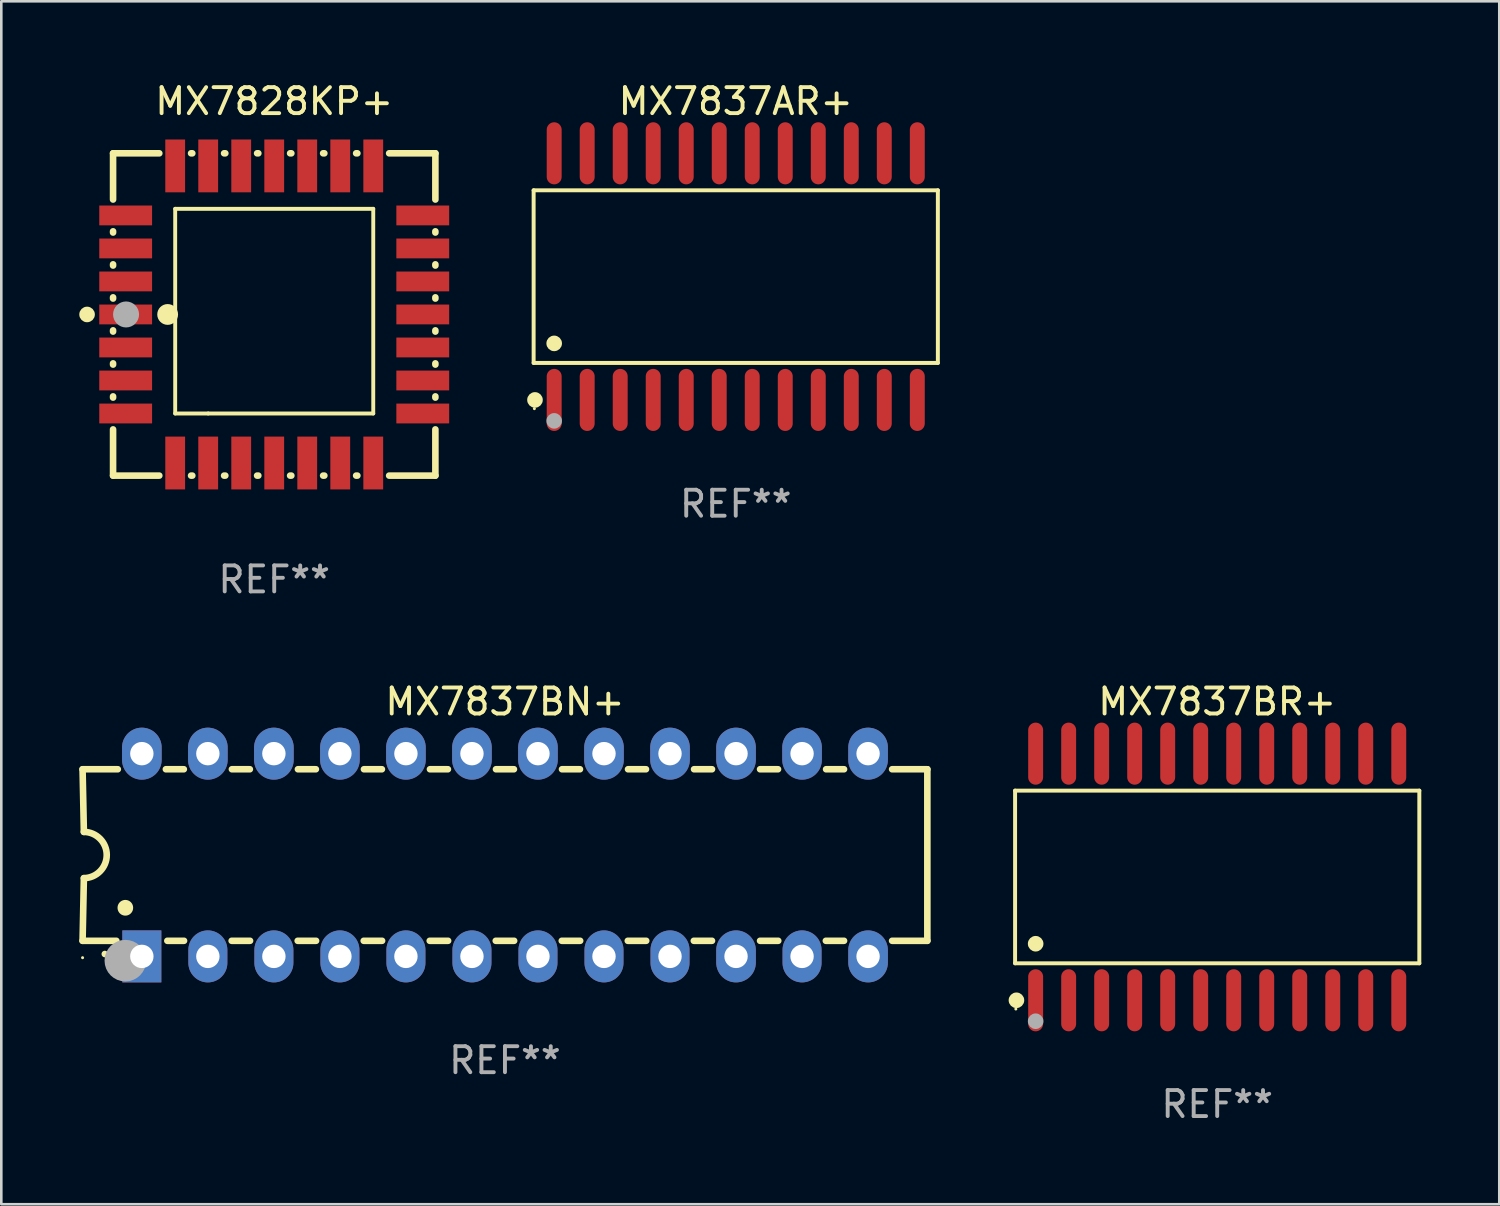
<source format=kicad_pcb>
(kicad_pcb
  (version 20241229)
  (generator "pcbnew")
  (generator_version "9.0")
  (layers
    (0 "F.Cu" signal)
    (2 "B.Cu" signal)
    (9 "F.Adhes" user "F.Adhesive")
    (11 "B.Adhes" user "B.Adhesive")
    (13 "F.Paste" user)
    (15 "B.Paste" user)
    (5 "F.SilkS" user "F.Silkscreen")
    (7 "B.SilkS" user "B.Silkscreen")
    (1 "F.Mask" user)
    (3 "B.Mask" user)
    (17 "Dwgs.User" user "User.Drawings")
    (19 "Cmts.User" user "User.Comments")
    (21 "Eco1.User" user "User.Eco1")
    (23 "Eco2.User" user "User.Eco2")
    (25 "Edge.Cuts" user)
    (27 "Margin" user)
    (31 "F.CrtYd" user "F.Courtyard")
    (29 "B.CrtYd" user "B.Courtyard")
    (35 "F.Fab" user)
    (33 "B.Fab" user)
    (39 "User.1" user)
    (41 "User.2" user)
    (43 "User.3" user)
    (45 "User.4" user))
  (footprint "MX7837BR+"
    (layer "F.Cu")
    (at 43.779 30.689)
    (property "Reference" "MX7837BR+" (at 0 -6.744 0) (layer "F.SilkS") (effects (font (size 1 1) (thickness 0.15))))
    (attr through_hole)
    (fp_line (start -7.776 -3.321) (end 7.776 -3.321) (stroke (width 0.152) (type solid)) (layer "F.SilkS"))
    (fp_line (start -7.776 3.321) (end -7.776 -3.321) (stroke (width 0.152) (type solid)) (layer "F.SilkS"))
    (fp_line (start 7.776 -3.321) (end 7.776 3.321) (stroke (width 0.152) (type solid)) (layer "F.SilkS"))
    (fp_line (start 7.776 3.321) (end -7.776 3.321) (stroke (width 0.152) (type solid)) (layer "F.SilkS"))
    (fp_circle (center -7.747 5.08) (end -7.717 5.08) (stroke (width 0.06) (type solid)) (fill no) (layer "F.SilkS"))
    (fp_circle (center -7.724 4.744) (end -7.574 4.744) (stroke (width 0.3) (type solid)) (fill no) (layer "F.SilkS"))
    (fp_circle (center -6.985 2.569) (end -6.835 2.569) (stroke (width 0.3) (type solid)) (fill no) (layer "F.SilkS"))
    (fp_circle (center -6.985 5.55) (end -6.835 5.55) (stroke (width 0.3) (type solid)) (fill no) (layer "F.Fab"))
    (fp_text user "REF**" (at 0 8.744 0) (layer "F.Fab") (effects (font (size 1 1) (thickness 0.15))))
    (pad "1" smd oval (at -6.985 4.744) (size 0.574 2.388) (layers "F.Cu" "F.Mask" "F.Paste"))
    (pad "2" smd oval (at -5.715 4.744) (size 0.574 2.388) (layers "F.Cu" "F.Mask" "F.Paste"))
    (pad "3" smd oval (at -4.445 4.744) (size 0.574 2.388) (layers "F.Cu" "F.Mask" "F.Paste"))
    (pad "4" smd oval (at -3.175 4.744) (size 0.574 2.388) (layers "F.Cu" "F.Mask" "F.Paste"))
    (pad "5" smd oval (at -1.905 4.744) (size 0.574 2.388) (layers "F.Cu" "F.Mask" "F.Paste"))
    (pad "6" smd oval (at -0.635 4.744) (size 0.574 2.388) (layers "F.Cu" "F.Mask" "F.Paste"))
    (pad "7" smd oval (at 0.635 4.744) (size 0.574 2.388) (layers "F.Cu" "F.Mask" "F.Paste"))
    (pad "8" smd oval (at 1.905 4.744) (size 0.574 2.388) (layers "F.Cu" "F.Mask" "F.Paste"))
    (pad "9" smd oval (at 3.175 4.744) (size 0.574 2.388) (layers "F.Cu" "F.Mask" "F.Paste"))
    (pad "10" smd oval (at 4.445 4.744) (size 0.574 2.388) (layers "F.Cu" "F.Mask" "F.Paste"))
    (pad "11" smd oval (at 5.715 4.744) (size 0.574 2.388) (layers "F.Cu" "F.Mask" "F.Paste"))
    (pad "12" smd oval (at 6.985 4.744) (size 0.574 2.388) (layers "F.Cu" "F.Mask" "F.Paste"))
    (pad "13" smd oval (at 6.985 -4.744) (size 0.574 2.388) (layers "F.Cu" "F.Mask" "F.Paste"))
    (pad "14" smd oval (at 5.715 -4.744) (size 0.574 2.388) (layers "F.Cu" "F.Mask" "F.Paste"))
    (pad "15" smd oval (at 4.445 -4.744) (size 0.574 2.388) (layers "F.Cu" "F.Mask" "F.Paste"))
    (pad "16" smd oval (at 3.175 -4.744) (size 0.574 2.388) (layers "F.Cu" "F.Mask" "F.Paste"))
    (pad "17" smd oval (at 1.905 -4.744) (size 0.574 2.388) (layers "F.Cu" "F.Mask" "F.Paste"))
    (pad "18" smd oval (at 0.635 -4.744) (size 0.574 2.388) (layers "F.Cu" "F.Mask" "F.Paste"))
    (pad "19" smd oval (at -0.635 -4.744) (size 0.574 2.388) (layers "F.Cu" "F.Mask" "F.Paste"))
    (pad "20" smd oval (at -1.905 -4.744) (size 0.574 2.388) (layers "F.Cu" "F.Mask" "F.Paste"))
    (pad "21" smd oval (at -3.175 -4.744) (size 0.574 2.388) (layers "F.Cu" "F.Mask" "F.Paste"))
    (pad "22" smd oval (at -4.445 -4.744) (size 0.574 2.388) (layers "F.Cu" "F.Mask" "F.Paste"))
    (pad "23" smd oval (at -5.715 -4.744) (size 0.574 2.388) (layers "F.Cu" "F.Mask" "F.Paste"))
    (pad "24" smd oval (at -6.985 -4.744) (size 0.574 2.388) (layers "F.Cu" "F.Mask" "F.Paste")))
  (footprint "MX7828KP+"
    (layer "F.Cu")
    (at 7.5 9.048)
    (property "Reference" "MX7828KP+" (at 0 -8.2 0) (layer "F.SilkS") (effects (font (size 1 1) (thickness 0.15))))
    (attr through_hole)
    (fp_line (start -6.2 -6.2) (end -4.422 -6.2) (stroke (width 0.254) (type solid)) (layer "F.SilkS"))
    (fp_line (start -6.2 -4.422) (end -6.2 -6.2) (stroke (width 0.254) (type solid)) (layer "F.SilkS"))
    (fp_line (start -6.2 -3.152) (end -6.2 -3.198) (stroke (width 0.254) (type solid)) (layer "F.SilkS"))
    (fp_line (start -6.2 -1.882) (end -6.2 -1.928) (stroke (width 0.254) (type solid)) (layer "F.SilkS"))
    (fp_line (start -6.2 -0.612) (end -6.2 -0.658) (stroke (width 0.254) (type solid)) (layer "F.SilkS"))
    (fp_line (start -6.2 0.658) (end -6.2 0.612) (stroke (width 0.254) (type solid)) (layer "F.SilkS"))
    (fp_line (start -6.2 1.928) (end -6.2 1.882) (stroke (width 0.254) (type solid)) (layer "F.SilkS"))
    (fp_line (start -6.2 3.198) (end -6.2 3.152) (stroke (width 0.254) (type solid)) (layer "F.SilkS"))
    (fp_line (start -6.2 6.2) (end -6.2 4.422) (stroke (width 0.254) (type solid)) (layer "F.SilkS"))
    (fp_line (start -4.422 6.2) (end -6.2 6.2) (stroke (width 0.254) (type solid)) (layer "F.SilkS"))
    (fp_line (start -3.81 -4.064) (end 3.81 -4.064) (stroke (width 0.15) (type solid)) (layer "F.SilkS"))
    (fp_line (start -3.81 3.81) (end -3.81 -4.064) (stroke (width 0.15) (type solid)) (layer "F.SilkS"))
    (fp_line (start -3.198 -6.2) (end -3.152 -6.2) (stroke (width 0.254) (type solid)) (layer "F.SilkS"))
    (fp_line (start -3.152 6.2) (end -3.198 6.2) (stroke (width 0.254) (type solid)) (layer "F.SilkS"))
    (fp_line (start -2.54 3.81) (end -3.81 3.81) (stroke (width 0.15) (type solid)) (layer "F.SilkS"))
    (fp_line (start -1.928 -6.2) (end -1.882 -6.2) (stroke (width 0.254) (type solid)) (layer "F.SilkS"))
    (fp_line (start -1.882 6.2) (end -1.928 6.2) (stroke (width 0.254) (type solid)) (layer "F.SilkS"))
    (fp_line (start -0.658 -6.2) (end -0.612 -6.2) (stroke (width 0.254) (type solid)) (layer "F.SilkS"))
    (fp_line (start -0.612 6.2) (end -0.658 6.2) (stroke (width 0.254) (type solid)) (layer "F.SilkS"))
    (fp_line (start 0.612 -6.2) (end 0.658 -6.2) (stroke (width 0.254) (type solid)) (layer "F.SilkS"))
    (fp_line (start 0.658 6.2) (end 0.612 6.2) (stroke (width 0.254) (type solid)) (layer "F.SilkS"))
    (fp_line (start 1.882 -6.2) (end 1.928 -6.2) (stroke (width 0.254) (type solid)) (layer "F.SilkS"))
    (fp_line (start 1.928 6.2) (end 1.882 6.2) (stroke (width 0.254) (type solid)) (layer "F.SilkS"))
    (fp_line (start 3.152 -6.2) (end 3.198 -6.2) (stroke (width 0.254) (type solid)) (layer "F.SilkS"))
    (fp_line (start 3.198 6.2) (end 3.152 6.2) (stroke (width 0.254) (type solid)) (layer "F.SilkS"))
    (fp_line (start 3.81 -4.064) (end 3.81 3.81) (stroke (width 0.15) (type solid)) (layer "F.SilkS"))
    (fp_line (start 3.81 3.81) (end -2.54 3.81) (stroke (width 0.15) (type solid)) (layer "F.SilkS"))
    (fp_line (start 4.422 -6.2) (end 6.2 -6.2) (stroke (width 0.254) (type solid)) (layer "F.SilkS"))
    (fp_line (start 6.2 -6.2) (end 6.2 -4.422) (stroke (width 0.254) (type solid)) (layer "F.SilkS"))
    (fp_line (start 6.2 -3.198) (end 6.2 -3.152) (stroke (width 0.254) (type solid)) (layer "F.SilkS"))
    (fp_line (start 6.2 -1.928) (end 6.2 -1.882) (stroke (width 0.254) (type solid)) (layer "F.SilkS"))
    (fp_line (start 6.2 -0.658) (end 6.2 -0.612) (stroke (width 0.254) (type solid)) (layer "F.SilkS"))
    (fp_line (start 6.2 0.612) (end 6.2 0.658) (stroke (width 0.254) (type solid)) (layer "F.SilkS"))
    (fp_line (start 6.2 1.882) (end 6.2 1.928) (stroke (width 0.254) (type solid)) (layer "F.SilkS"))
    (fp_line (start 6.2 3.152) (end 6.2 3.198) (stroke (width 0.254) (type solid)) (layer "F.SilkS"))
    (fp_line (start 6.2 4.422) (end 6.2 6.2) (stroke (width 0.254) (type solid)) (layer "F.SilkS"))
    (fp_line (start 6.2 6.2) (end 4.422 6.2) (stroke (width 0.254) (type solid)) (layer "F.SilkS"))
    (fp_circle (center -7.2 0) (end -7.05 0) (stroke (width 0.3) (type solid)) (fill no) (layer "F.SilkS"))
    (fp_circle (center -6.223 6.223) (end -6.193 6.223) (stroke (width 0.06) (type solid)) (fill no) (layer "F.SilkS"))
    (fp_circle (center -4.1 0) (end -3.9 0) (stroke (width 0.4) (type solid)) (fill no) (layer "F.SilkS"))
    (fp_circle (center -5.7 0) (end -5.45 0) (stroke (width 0.5) (type solid)) (fill no) (layer "F.Fab"))
    (fp_text user "REF**" (at 0 10.2 0) (layer "F.Fab") (effects (font (size 1 1) (thickness 0.15))))
    (pad "1" smd rect (at -5.715 0) (size 2.032 0.762) (layers "F.Cu" "F.Mask" "F.Paste"))
    (pad "2" smd rect (at -5.715 1.27) (size 2.032 0.762) (layers "F.Cu" "F.Mask" "F.Paste"))
    (pad "3" smd rect (at -5.715 2.54) (size 2.032 0.762) (layers "F.Cu" "F.Mask" "F.Paste"))
    (pad "4" smd rect (at -5.715 3.81) (size 2.032 0.762) (layers "F.Cu" "F.Mask" "F.Paste"))
    (pad "5" smd rect (at -3.81 5.715) (size 0.762 2.032) (layers "F.Cu" "F.Mask" "F.Paste"))
    (pad "6" smd rect (at -2.54 5.715) (size 0.762 2.032) (layers "F.Cu" "F.Mask" "F.Paste"))
    (pad "7" smd rect (at -1.27 5.715) (size 0.762 2.032) (layers "F.Cu" "F.Mask" "F.Paste"))
    (pad "8" smd rect (at 0 5.715) (size 0.762 2.032) (layers "F.Cu" "F.Mask" "F.Paste"))
    (pad "9" smd rect (at 1.27 5.715) (size 0.762 2.032) (layers "F.Cu" "F.Mask" "F.Paste"))
    (pad "10" smd rect (at 2.54 5.715) (size 0.762 2.032) (layers "F.Cu" "F.Mask" "F.Paste"))
    (pad "11" smd rect (at 3.81 5.715) (size 0.762 2.032) (layers "F.Cu" "F.Mask" "F.Paste"))
    (pad "12" smd rect (at 5.715 3.81) (size 2.032 0.762) (layers "F.Cu" "F.Mask" "F.Paste"))
    (pad "13" smd rect (at 5.715 2.54) (size 2.032 0.762) (layers "F.Cu" "F.Mask" "F.Paste"))
    (pad "14" smd rect (at 5.715 1.27) (size 2.032 0.762) (layers "F.Cu" "F.Mask" "F.Paste"))
    (pad "15" smd rect (at 5.715 0) (size 2.032 0.762) (layers "F.Cu" "F.Mask" "F.Paste"))
    (pad "16" smd rect (at 5.715 -1.27) (size 2.032 0.762) (layers "F.Cu" "F.Mask" "F.Paste"))
    (pad "17" smd rect (at 5.715 -2.54) (size 2.032 0.762) (layers "F.Cu" "F.Mask" "F.Paste"))
    (pad "18" smd rect (at 5.715 -3.81) (size 2.032 0.762) (layers "F.Cu" "F.Mask" "F.Paste"))
    (pad "19" smd rect (at 3.81 -5.715) (size 0.762 2.032) (layers "F.Cu" "F.Mask" "F.Paste"))
    (pad "20" smd rect (at 2.54 -5.715) (size 0.762 2.032) (layers "F.Cu" "F.Mask" "F.Paste"))
    (pad "21" smd rect (at 1.27 -5.715) (size 0.762 2.032) (layers "F.Cu" "F.Mask" "F.Paste"))
    (pad "22" smd rect (at 0 -5.715) (size 0.762 2.032) (layers "F.Cu" "F.Mask" "F.Paste"))
    (pad "23" smd rect (at -1.27 -5.715) (size 0.762 2.032) (layers "F.Cu" "F.Mask" "F.Paste"))
    (pad "24" smd rect (at -2.54 -5.715) (size 0.762 2.032) (layers "F.Cu" "F.Mask" "F.Paste"))
    (pad "25" smd rect (at -3.81 -5.715) (size 0.762 2.032) (layers "F.Cu" "F.Mask" "F.Paste"))
    (pad "26" smd rect (at -5.715 -3.81) (size 2.032 0.762) (layers "F.Cu" "F.Mask" "F.Paste"))
    (pad "27" smd rect (at -5.715 -2.54) (size 2.032 0.762) (layers "F.Cu" "F.Mask" "F.Paste"))
    (pad "28" smd rect (at -5.715 -1.27) (size 2.032 0.762) (layers "F.Cu" "F.Mask" "F.Paste")))
  (footprint "MX7837BN+"
    (layer "F.Cu")
    (at 16.377 29.845)
    (property "Reference" "MX7837BN+" (at 0 -5.9 0) (layer "F.SilkS") (effects (font (size 1 1) (thickness 0.15))))
    (attr through_hole)
    (fp_line (start -16.25 -3.3) (end -16.2 -0.889) (stroke (width 0.254) (type solid)) (layer "F.SilkS"))
    (fp_line (start -16.25 -3.3) (end -14.895 -3.3) (stroke (width 0.254) (type solid)) (layer "F.SilkS"))
    (fp_line (start -16.25 3.3) (end -16.2 0.889) (stroke (width 0.254) (type solid)) (layer "F.SilkS"))
    (fp_line (start -16.25 3.3) (end -14.951 3.3) (stroke (width 0.254) (type solid)) (layer "F.SilkS"))
    (fp_line (start -13.045 -3.3) (end -12.355 -3.3) (stroke (width 0.254) (type solid)) (layer "F.SilkS"))
    (fp_line (start -12.989 3.3) (end -12.347 3.3) (stroke (width 0.254) (type solid)) (layer "F.SilkS"))
    (fp_line (start -10.514 3.3) (end -9.807 3.3) (stroke (width 0.254) (type solid)) (layer "F.SilkS"))
    (fp_line (start -10.505 -3.3) (end -9.815 -3.3) (stroke (width 0.254) (type solid)) (layer "F.SilkS"))
    (fp_line (start -7.974 3.3) (end -7.267 3.3) (stroke (width 0.254) (type solid)) (layer "F.SilkS"))
    (fp_line (start -7.965 -3.3) (end -7.275 -3.3) (stroke (width 0.254) (type solid)) (layer "F.SilkS"))
    (fp_line (start -5.434 3.3) (end -4.727 3.3) (stroke (width 0.254) (type solid)) (layer "F.SilkS"))
    (fp_line (start -5.425 -3.3) (end -4.735 -3.3) (stroke (width 0.254) (type solid)) (layer "F.SilkS"))
    (fp_line (start -2.894 3.3) (end -2.187 3.3) (stroke (width 0.254) (type solid)) (layer "F.SilkS"))
    (fp_line (start -2.885 -3.3) (end -2.195 -3.3) (stroke (width 0.254) (type solid)) (layer "F.SilkS"))
    (fp_line (start -0.354 3.3) (end 0.353 3.3) (stroke (width 0.254) (type solid)) (layer "F.SilkS"))
    (fp_line (start -0.345 -3.3) (end 0.345 -3.3) (stroke (width 0.254) (type solid)) (layer "F.SilkS"))
    (fp_line (start 2.186 3.3) (end 2.893 3.3) (stroke (width 0.254) (type solid)) (layer "F.SilkS"))
    (fp_line (start 2.195 -3.3) (end 2.885 -3.3) (stroke (width 0.254) (type solid)) (layer "F.SilkS"))
    (fp_line (start 4.726 3.3) (end 5.434 3.3) (stroke (width 0.254) (type solid)) (layer "F.SilkS"))
    (fp_line (start 4.735 -3.3) (end 5.425 -3.3) (stroke (width 0.254) (type solid)) (layer "F.SilkS"))
    (fp_line (start 7.266 3.3) (end 7.965 3.3) (stroke (width 0.254) (type solid)) (layer "F.SilkS"))
    (fp_line (start 7.275 -3.3) (end 7.965 -3.3) (stroke (width 0.254) (type solid)) (layer "F.SilkS"))
    (fp_line (start 9.815 -3.3) (end 10.505 -3.3) (stroke (width 0.254) (type solid)) (layer "F.SilkS"))
    (fp_line (start 9.815 3.3) (end 10.514 3.3) (stroke (width 0.254) (type solid)) (layer "F.SilkS"))
    (fp_line (start 12.346 3.3) (end 13.045 3.3) (stroke (width 0.254) (type solid)) (layer "F.SilkS"))
    (fp_line (start 12.355 -3.3) (end 13.045 -3.3) (stroke (width 0.254) (type solid)) (layer "F.SilkS"))
    (fp_line (start 16.25 -3.3) (end 14.895 -3.3) (stroke (width 0.254) (type solid)) (layer "F.SilkS"))
    (fp_line (start 16.25 -3.3) (end 16.25 3.3) (stroke (width 0.254) (type solid)) (layer "F.SilkS"))
    (fp_line (start 16.25 3.3) (end 14.895 3.3) (stroke (width 0.254) (type solid)) (layer "F.SilkS"))
    (fp_arc (start -16.201016 -0.890146) (mid -15.311429 -0.001055) (end -16.200025 0.889027) (stroke (width 0.254001) (type solid)) (layer "F.SilkS"))
    (fp_arc (start -15.394971 3.810033) (mid -15.394978 3.808763) (end -15.394971 3.807493) (stroke (width 0.25) (type solid)) (layer "F.SilkS"))
    (fp_arc (start -14.605029 2.032029) (mid -14.60504 2.029489) (end -14.605029 2.026949) (stroke (width 0.6) (type solid)) (layer "F.SilkS"))
    (fp_circle (center -16.25 3.95) (end -16.22 3.95) (stroke (width 0.06) (type solid)) (fill no) (layer "F.SilkS"))
    (fp_circle (center -14.605 4.064) (end -14.205 4.064) (stroke (width 0.8) (type solid)) (fill no) (layer "F.Fab"))
    (fp_text user "REF**" (at 0 7.9 0) (layer "F.Fab") (effects (font (size 1 1) (thickness 0.15))))
    (pad "1" thru_hole rect (at -13.97 3.9 90) (size 2 1.5) (drill 0.9) (layers "*.Cu" "*.Mask"))
    (pad "2" thru_hole oval (at -11.43 3.9 90) (size 2 1.5) (drill 0.9) (layers "*.Cu" "*.Mask"))
    (pad "3" thru_hole oval (at -8.89 3.9 90) (size 2 1.5) (drill 0.9) (layers "*.Cu" "*.Mask"))
    (pad "4" thru_hole oval (at -6.35 3.9 90) (size 2 1.5) (drill 0.9) (layers "*.Cu" "*.Mask"))
    (pad "5" thru_hole oval (at -3.81 3.9 90) (size 2 1.5) (drill 0.9) (layers "*.Cu" "*.Mask"))
    (pad "6" thru_hole oval (at -1.27 3.9 90) (size 2 1.5) (drill 0.9) (layers "*.Cu" "*.Mask"))
    (pad "7" thru_hole oval (at 1.27 3.9 90) (size 2 1.5) (drill 0.9) (layers "*.Cu" "*.Mask"))
    (pad "8" thru_hole oval (at 3.81 3.9 90) (size 2 1.5) (drill 0.9) (layers "*.Cu" "*.Mask"))
    (pad "9" thru_hole oval (at 6.35 3.9 90) (size 2 1.5) (drill 0.9) (layers "*.Cu" "*.Mask"))
    (pad "10" thru_hole oval (at 8.89 3.9 90) (size 2 1.524) (drill 0.9) (layers "*.Cu" "*.Mask"))
    (pad "11" thru_hole oval (at 11.43 3.9 90) (size 2 1.5) (drill 0.9) (layers "*.Cu" "*.Mask"))
    (pad "12" thru_hole oval (at 13.97 3.9 90) (size 2 1.524) (drill 0.9) (layers "*.Cu" "*.Mask"))
    (pad "13" thru_hole oval (at 13.97 -3.9 90) (size 2 1.524) (drill 0.9) (layers "*.Cu" "*.Mask"))
    (pad "14" thru_hole oval (at 11.43 -3.9 90) (size 2 1.524) (drill 0.9) (layers "*.Cu" "*.Mask"))
    (pad "15" thru_hole oval (at 8.89 -3.9 90) (size 2 1.524) (drill 0.9) (layers "*.Cu" "*.Mask"))
    (pad "16" thru_hole oval (at 6.35 -3.9 90) (size 2 1.524) (drill 0.9) (layers "*.Cu" "*.Mask"))
    (pad "17" thru_hole oval (at 3.81 -3.9 90) (size 2 1.524) (drill 0.9) (layers "*.Cu" "*.Mask"))
    (pad "18" thru_hole oval (at 1.27 -3.9 90) (size 2 1.524) (drill 0.9) (layers "*.Cu" "*.Mask"))
    (pad "19" thru_hole oval (at -1.27 -3.9 90) (size 2 1.524) (drill 0.9) (layers "*.Cu" "*.Mask"))
    (pad "20" thru_hole oval (at -3.81 -3.9 90) (size 2 1.524) (drill 0.9) (layers "*.Cu" "*.Mask"))
    (pad "21" thru_hole oval (at -6.35 -3.9 90) (size 2 1.524) (drill 0.9) (layers "*.Cu" "*.Mask"))
    (pad "22" thru_hole oval (at -8.89 -3.9 90) (size 2 1.524) (drill 0.9) (layers "*.Cu" "*.Mask"))
    (pad "23" thru_hole oval (at -11.43 -3.9 90) (size 2 1.524) (drill 0.9) (layers "*.Cu" "*.Mask"))
    (pad "24" thru_hole oval (at -13.97 -3.9 90) (size 2 1.524) (drill 0.9) (layers "*.Cu" "*.Mask")))
  (footprint "MX7837AR+"
    (layer "F.Cu")
    (at 25.256 7.592)
    (property "Reference" "MX7837AR+" (at 0 -6.744 0) (layer "F.SilkS") (effects (font (size 1 1) (thickness 0.15))))
    (attr through_hole)
    (fp_line (start -7.776 -3.321) (end 7.776 -3.321) (stroke (width 0.152) (type solid)) (layer "F.SilkS"))
    (fp_line (start -7.776 3.321) (end -7.776 -3.321) (stroke (width 0.152) (type solid)) (layer "F.SilkS"))
    (fp_line (start 7.776 -3.321) (end 7.776 3.321) (stroke (width 0.152) (type solid)) (layer "F.SilkS"))
    (fp_line (start 7.776 3.321) (end -7.776 3.321) (stroke (width 0.152) (type solid)) (layer "F.SilkS"))
    (fp_circle (center -7.747 5.08) (end -7.717 5.08) (stroke (width 0.06) (type solid)) (fill no) (layer "F.SilkS"))
    (fp_circle (center -7.724 4.744) (end -7.574 4.744) (stroke (width 0.3) (type solid)) (fill no) (layer "F.SilkS"))
    (fp_circle (center -6.985 2.569) (end -6.835 2.569) (stroke (width 0.3) (type solid)) (fill no) (layer "F.SilkS"))
    (fp_circle (center -6.985 5.55) (end -6.835 5.55) (stroke (width 0.3) (type solid)) (fill no) (layer "F.Fab"))
    (fp_text user "REF**" (at 0 8.744 0) (layer "F.Fab") (effects (font (size 1 1) (thickness 0.15))))
    (pad "1" smd oval (at -6.985 4.744) (size 0.574 2.388) (layers "F.Cu" "F.Mask" "F.Paste"))
    (pad "2" smd oval (at -5.715 4.744) (size 0.574 2.388) (layers "F.Cu" "F.Mask" "F.Paste"))
    (pad "3" smd oval (at -4.445 4.744) (size 0.574 2.388) (layers "F.Cu" "F.Mask" "F.Paste"))
    (pad "4" smd oval (at -3.175 4.744) (size 0.574 2.388) (layers "F.Cu" "F.Mask" "F.Paste"))
    (pad "5" smd oval (at -1.905 4.744) (size 0.574 2.388) (layers "F.Cu" "F.Mask" "F.Paste"))
    (pad "6" smd oval (at -0.635 4.744) (size 0.574 2.388) (layers "F.Cu" "F.Mask" "F.Paste"))
    (pad "7" smd oval (at 0.635 4.744) (size 0.574 2.388) (layers "F.Cu" "F.Mask" "F.Paste"))
    (pad "8" smd oval (at 1.905 4.744) (size 0.574 2.388) (layers "F.Cu" "F.Mask" "F.Paste"))
    (pad "9" smd oval (at 3.175 4.744) (size 0.574 2.388) (layers "F.Cu" "F.Mask" "F.Paste"))
    (pad "10" smd oval (at 4.445 4.744) (size 0.574 2.388) (layers "F.Cu" "F.Mask" "F.Paste"))
    (pad "11" smd oval (at 5.715 4.744) (size 0.574 2.388) (layers "F.Cu" "F.Mask" "F.Paste"))
    (pad "12" smd oval (at 6.985 4.744) (size 0.574 2.388) (layers "F.Cu" "F.Mask" "F.Paste"))
    (pad "13" smd oval (at 6.985 -4.744) (size 0.574 2.388) (layers "F.Cu" "F.Mask" "F.Paste"))
    (pad "14" smd oval (at 5.715 -4.744) (size 0.574 2.388) (layers "F.Cu" "F.Mask" "F.Paste"))
    (pad "15" smd oval (at 4.445 -4.744) (size 0.574 2.388) (layers "F.Cu" "F.Mask" "F.Paste"))
    (pad "16" smd oval (at 3.175 -4.744) (size 0.574 2.388) (layers "F.Cu" "F.Mask" "F.Paste"))
    (pad "17" smd oval (at 1.905 -4.744) (size 0.574 2.388) (layers "F.Cu" "F.Mask" "F.Paste"))
    (pad "18" smd oval (at 0.635 -4.744) (size 0.574 2.388) (layers "F.Cu" "F.Mask" "F.Paste"))
    (pad "19" smd oval (at -0.635 -4.744) (size 0.574 2.388) (layers "F.Cu" "F.Mask" "F.Paste"))
    (pad "20" smd oval (at -1.905 -4.744) (size 0.574 2.388) (layers "F.Cu" "F.Mask" "F.Paste"))
    (pad "21" smd oval (at -3.175 -4.744) (size 0.574 2.388) (layers "F.Cu" "F.Mask" "F.Paste"))
    (pad "22" smd oval (at -4.445 -4.744) (size 0.574 2.388) (layers "F.Cu" "F.Mask" "F.Paste"))
    (pad "23" smd oval (at -5.715 -4.744) (size 0.574 2.388) (layers "F.Cu" "F.Mask" "F.Paste"))
    (pad "24" smd oval (at -6.985 -4.744) (size 0.574 2.388) (layers "F.Cu" "F.Mask" "F.Paste")))
  (gr_rect
    (start -3 -3)
    (end 54.631 43.281)
    (stroke (width 0.1) (type default))
    (fill no)
    (layer "Edge.Cuts")))
</source>
